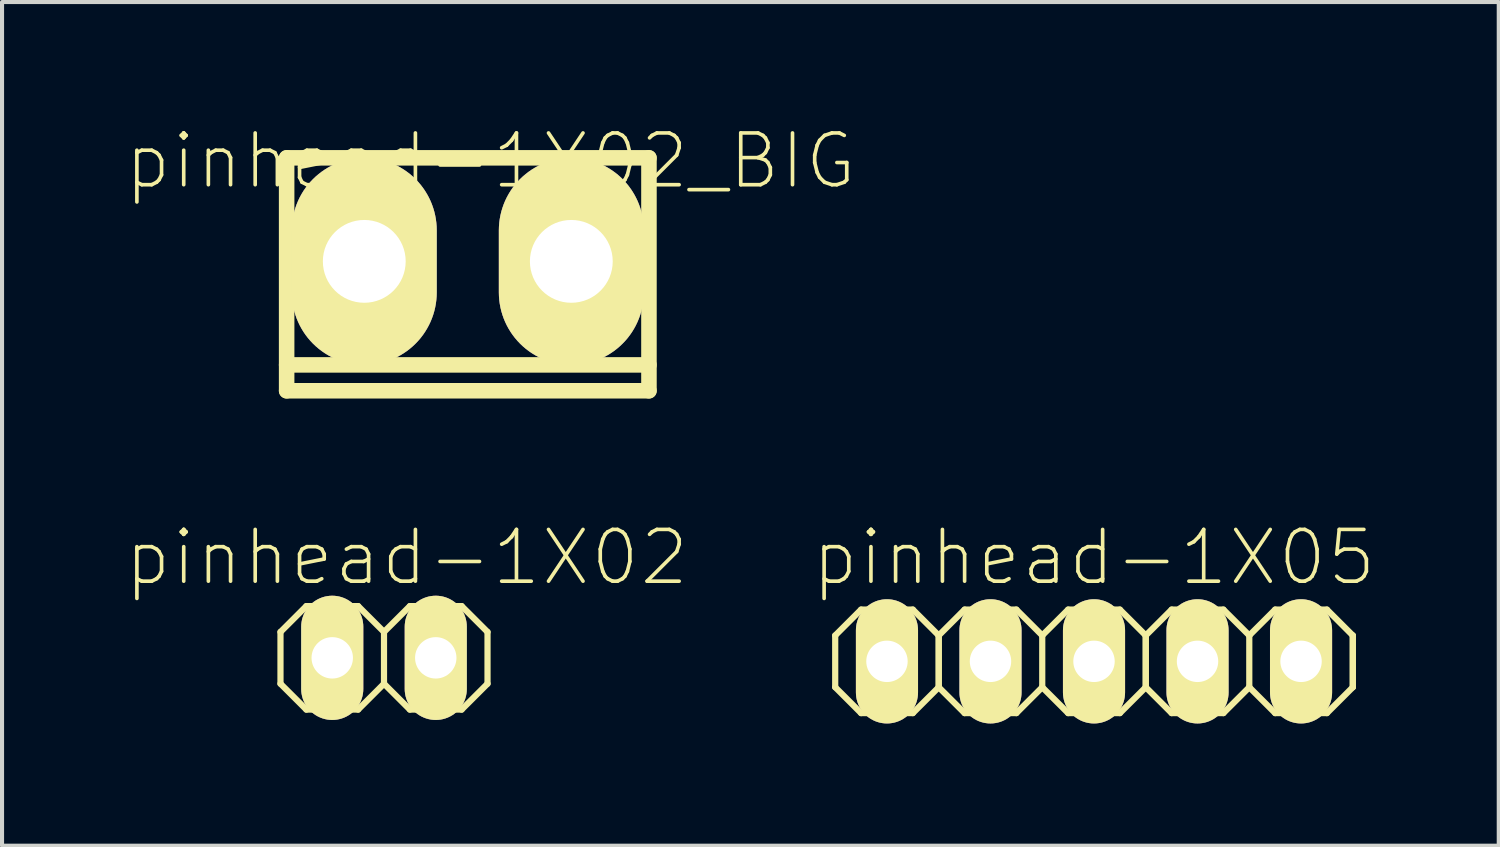
<source format=kicad_pcb>
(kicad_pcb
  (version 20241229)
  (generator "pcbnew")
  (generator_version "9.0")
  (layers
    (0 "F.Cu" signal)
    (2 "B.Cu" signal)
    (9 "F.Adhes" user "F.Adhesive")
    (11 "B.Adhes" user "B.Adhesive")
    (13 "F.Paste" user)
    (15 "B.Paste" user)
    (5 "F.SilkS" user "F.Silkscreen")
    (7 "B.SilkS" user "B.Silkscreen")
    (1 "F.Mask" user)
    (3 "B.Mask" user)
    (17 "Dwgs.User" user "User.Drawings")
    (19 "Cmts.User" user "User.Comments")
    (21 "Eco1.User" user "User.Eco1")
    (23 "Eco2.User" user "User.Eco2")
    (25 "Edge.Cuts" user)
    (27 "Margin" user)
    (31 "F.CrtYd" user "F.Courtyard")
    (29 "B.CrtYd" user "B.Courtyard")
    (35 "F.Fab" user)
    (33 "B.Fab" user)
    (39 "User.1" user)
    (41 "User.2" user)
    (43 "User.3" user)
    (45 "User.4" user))
  (footprint "pinhead-1X05"
    (layer "F.Cu")
    (at 23.793 13.167)
    (property "Reference" "pinhead-1X05" (at 0 -2.54 0) (layer "F.SilkS") (effects (font (size 1.27 1.27) (thickness 0.089))))
    (attr exclude_from_pos_files exclude_from_bom)
    (fp_line (start -6.35 -0.625) (end -6.35 0.645) (stroke (width 0.152) (type solid)) (layer "F.SilkS"))
    (fp_line (start -6.35 -0.625) (end -5.715 -1.26) (stroke (width 0.152) (type solid)) (layer "F.SilkS"))
    (fp_line (start -5.715 -1.26) (end -4.445 -1.26) (stroke (width 0.152) (type solid)) (layer "F.SilkS"))
    (fp_line (start -5.715 1.28) (end -6.35 0.645) (stroke (width 0.152) (type solid)) (layer "F.SilkS"))
    (fp_line (start -5.334 -0.244) (end -4.826 -0.244) (stroke (width 0.066) (type solid)) (layer "F.SilkS"))
    (fp_line (start -5.334 0.264) (end -5.334 -0.244) (stroke (width 0.066) (type solid)) (layer "F.SilkS"))
    (fp_line (start -5.334 0.264) (end -4.826 0.264) (stroke (width 0.066) (type solid)) (layer "F.SilkS"))
    (fp_line (start -4.826 0.264) (end -4.826 -0.244) (stroke (width 0.066) (type solid)) (layer "F.SilkS"))
    (fp_line (start -4.445 -1.26) (end -3.81 -0.625) (stroke (width 0.152) (type solid)) (layer "F.SilkS"))
    (fp_line (start -4.445 1.28) (end -5.715 1.28) (stroke (width 0.152) (type solid)) (layer "F.SilkS"))
    (fp_line (start -3.81 -0.625) (end -3.81 0.645) (stroke (width 0.152) (type solid)) (layer "F.SilkS"))
    (fp_line (start -3.81 -0.625) (end -3.81 0.645) (stroke (width 0.152) (type solid)) (layer "F.SilkS"))
    (fp_line (start -3.81 0.645) (end -4.445 1.28) (stroke (width 0.152) (type solid)) (layer "F.SilkS"))
    (fp_line (start -3.81 0.645) (end -3.175 1.28) (stroke (width 0.152) (type solid)) (layer "F.SilkS"))
    (fp_line (start -3.175 -1.26) (end -3.81 -0.625) (stroke (width 0.152) (type solid)) (layer "F.SilkS"))
    (fp_line (start -3.175 -1.26) (end -1.905 -1.26) (stroke (width 0.152) (type solid)) (layer "F.SilkS"))
    (fp_line (start -2.794 -0.244) (end -2.286 -0.244) (stroke (width 0.066) (type solid)) (layer "F.SilkS"))
    (fp_line (start -2.794 0.264) (end -2.794 -0.244) (stroke (width 0.066) (type solid)) (layer "F.SilkS"))
    (fp_line (start -2.794 0.264) (end -2.286 0.264) (stroke (width 0.066) (type solid)) (layer "F.SilkS"))
    (fp_line (start -2.286 0.264) (end -2.286 -0.244) (stroke (width 0.066) (type solid)) (layer "F.SilkS"))
    (fp_line (start -1.905 -1.26) (end -1.27 -0.625) (stroke (width 0.152) (type solid)) (layer "F.SilkS"))
    (fp_line (start -1.905 1.28) (end -3.175 1.28) (stroke (width 0.152) (type solid)) (layer "F.SilkS"))
    (fp_line (start -1.27 -0.625) (end -1.27 0.645) (stroke (width 0.152) (type solid)) (layer "F.SilkS"))
    (fp_line (start -1.27 -0.625) (end -0.635 -1.26) (stroke (width 0.152) (type solid)) (layer "F.SilkS"))
    (fp_line (start -1.27 0.645) (end -1.905 1.28) (stroke (width 0.152) (type solid)) (layer "F.SilkS"))
    (fp_line (start -0.635 -1.26) (end 0.635 -1.26) (stroke (width 0.152) (type solid)) (layer "F.SilkS"))
    (fp_line (start -0.635 1.28) (end -1.27 0.645) (stroke (width 0.152) (type solid)) (layer "F.SilkS"))
    (fp_line (start -0.254 -0.244) (end 0.254 -0.244) (stroke (width 0.066) (type solid)) (layer "F.SilkS"))
    (fp_line (start -0.254 0.264) (end -0.254 -0.244) (stroke (width 0.066) (type solid)) (layer "F.SilkS"))
    (fp_line (start -0.254 0.264) (end 0.254 0.264) (stroke (width 0.066) (type solid)) (layer "F.SilkS"))
    (fp_line (start 0.254 0.264) (end 0.254 -0.244) (stroke (width 0.066) (type solid)) (layer "F.SilkS"))
    (fp_line (start 0.635 -1.26) (end 1.27 -0.625) (stroke (width 0.152) (type solid)) (layer "F.SilkS"))
    (fp_line (start 0.635 1.28) (end -0.635 1.28) (stroke (width 0.152) (type solid)) (layer "F.SilkS"))
    (fp_line (start 1.27 -0.625) (end 1.27 0.645) (stroke (width 0.152) (type solid)) (layer "F.SilkS"))
    (fp_line (start 1.27 -0.625) (end 1.27 0.645) (stroke (width 0.152) (type solid)) (layer "F.SilkS"))
    (fp_line (start 1.27 0.645) (end 0.635 1.28) (stroke (width 0.152) (type solid)) (layer "F.SilkS"))
    (fp_line (start 1.27 0.645) (end 1.905 1.28) (stroke (width 0.152) (type solid)) (layer "F.SilkS"))
    (fp_line (start 1.905 -1.26) (end 1.27 -0.625) (stroke (width 0.152) (type solid)) (layer "F.SilkS"))
    (fp_line (start 1.905 -1.26) (end 3.175 -1.26) (stroke (width 0.152) (type solid)) (layer "F.SilkS"))
    (fp_line (start 2.286 -0.244) (end 2.794 -0.244) (stroke (width 0.066) (type solid)) (layer "F.SilkS"))
    (fp_line (start 2.286 0.264) (end 2.286 -0.244) (stroke (width 0.066) (type solid)) (layer "F.SilkS"))
    (fp_line (start 2.286 0.264) (end 2.794 0.264) (stroke (width 0.066) (type solid)) (layer "F.SilkS"))
    (fp_line (start 2.794 0.264) (end 2.794 -0.244) (stroke (width 0.066) (type solid)) (layer "F.SilkS"))
    (fp_line (start 3.175 -1.26) (end 3.81 -0.625) (stroke (width 0.152) (type solid)) (layer "F.SilkS"))
    (fp_line (start 3.175 1.28) (end 1.905 1.28) (stroke (width 0.152) (type solid)) (layer "F.SilkS"))
    (fp_line (start 3.81 -0.625) (end 3.81 0.645) (stroke (width 0.152) (type solid)) (layer "F.SilkS"))
    (fp_line (start 3.81 -0.625) (end 4.445 -1.26) (stroke (width 0.152) (type solid)) (layer "F.SilkS"))
    (fp_line (start 3.81 0.645) (end 3.175 1.28) (stroke (width 0.152) (type solid)) (layer "F.SilkS"))
    (fp_line (start 4.445 -1.26) (end 5.715 -1.26) (stroke (width 0.152) (type solid)) (layer "F.SilkS"))
    (fp_line (start 4.445 1.28) (end 3.81 0.645) (stroke (width 0.152) (type solid)) (layer "F.SilkS"))
    (fp_line (start 4.826 -0.244) (end 5.334 -0.244) (stroke (width 0.066) (type solid)) (layer "F.SilkS"))
    (fp_line (start 4.826 0.264) (end 4.826 -0.244) (stroke (width 0.066) (type solid)) (layer "F.SilkS"))
    (fp_line (start 4.826 0.264) (end 5.334 0.264) (stroke (width 0.066) (type solid)) (layer "F.SilkS"))
    (fp_line (start 5.334 0.264) (end 5.334 -0.244) (stroke (width 0.066) (type solid)) (layer "F.SilkS"))
    (fp_line (start 5.715 -1.26) (end 6.35 -0.625) (stroke (width 0.152) (type solid)) (layer "F.SilkS"))
    (fp_line (start 5.715 1.28) (end 4.445 1.28) (stroke (width 0.152) (type solid)) (layer "F.SilkS"))
    (fp_line (start 6.35 -0.625) (end 6.35 0.645) (stroke (width 0.152) (type solid)) (layer "F.SilkS"))
    (fp_line (start 6.35 -0.625) (end 6.35 0.645) (stroke (width 0.152) (type solid)) (layer "F.SilkS"))
    (fp_line (start 6.35 0.645) (end 5.715 1.28) (stroke (width 0.152) (type solid)) (layer "F.SilkS"))
    (pad "1" thru_hole oval (at -5.08 0.01) (size 1.524 3.048) (drill 1.016) (layers "*.Cu" "*.Mask" "F.SilkS"))
    (pad "2" thru_hole oval (at -2.54 0.01) (size 1.524 3.048) (drill 1.016) (layers "*.Cu" "*.Mask" "F.SilkS"))
    (pad "3" thru_hole oval (at 0 0.01) (size 1.524 3.048) (drill 1.016) (layers "*.Cu" "*.Mask" "F.SilkS"))
    (pad "4" thru_hole oval (at 2.54 0.01) (size 1.524 3.048) (drill 1.016) (layers "*.Cu" "*.Mask" "F.SilkS"))
    (pad "5" thru_hole oval (at 5.08 0.01) (size 1.524 3.048) (drill 1.016) (layers "*.Cu" "*.Mask" "F.SilkS")))
  (footprint "pinhead-1X02_BIG"
    (layer "F.Cu")
    (at 8.428 3.363)
    (property "Reference" "pinhead-1X02_BIG" (at 0.559 -2.464 0) (layer "F.SilkS") (effects (font (size 1.27 1.27) (thickness 0.089))))
    (attr exclude_from_pos_files exclude_from_bom)
    (fp_line (start -4.445 -2.54) (end 4.445 -2.54) (stroke (width 0.381) (type solid)) (layer "F.SilkS"))
    (fp_line (start -4.445 2.54) (end 4.445 2.54) (stroke (width 0.381) (type solid)) (layer "F.SilkS"))
    (fp_line (start -4.445 3.175) (end -4.445 -2.54) (stroke (width 0.381) (type solid)) (layer "F.SilkS"))
    (fp_line (start 4.445 -2.54) (end 4.445 3.175) (stroke (width 0.381) (type solid)) (layer "F.SilkS"))
    (fp_line (start 4.445 3.175) (end -4.445 3.175) (stroke (width 0.381) (type solid)) (layer "F.SilkS"))
    (pad "1" thru_hole oval (at -2.54 0) (size 3.556 5.08) (drill 2.032) (layers "*.Cu" "*.Mask" "F.SilkS"))
    (pad "2" thru_hole oval (at 2.54 0) (size 3.556 5.08) (drill 2.032) (layers "*.Cu" "*.Mask" "F.SilkS")))
  (footprint "pinhead-1X02"
    (layer "F.Cu")
    (at 6.372 13.091)
    (property "Reference" "pinhead-1X02" (at 0.559 -2.464 0) (layer "F.SilkS") (effects (font (size 1.27 1.27) (thickness 0.089))))
    (attr exclude_from_pos_files exclude_from_bom)
    (fp_line (start -2.54 -0.635) (end -2.54 0.635) (stroke (width 0.152) (type solid)) (layer "F.SilkS"))
    (fp_line (start -2.54 0.635) (end -1.905 1.27) (stroke (width 0.152) (type solid)) (layer "F.SilkS"))
    (fp_line (start -1.905 -1.27) (end -2.54 -0.635) (stroke (width 0.152) (type solid)) (layer "F.SilkS"))
    (fp_line (start -1.905 -1.27) (end -0.635 -1.27) (stroke (width 0.152) (type solid)) (layer "F.SilkS"))
    (fp_line (start -1.524 -0.254) (end -1.016 -0.254) (stroke (width 0.066) (type solid)) (layer "F.SilkS"))
    (fp_line (start -1.524 0.254) (end -1.524 -0.254) (stroke (width 0.066) (type solid)) (layer "F.SilkS"))
    (fp_line (start -1.524 0.254) (end -1.016 0.254) (stroke (width 0.066) (type solid)) (layer "F.SilkS"))
    (fp_line (start -1.016 0.254) (end -1.016 -0.254) (stroke (width 0.066) (type solid)) (layer "F.SilkS"))
    (fp_line (start -0.635 -1.27) (end 0 -0.635) (stroke (width 0.152) (type solid)) (layer "F.SilkS"))
    (fp_line (start -0.635 1.27) (end -1.905 1.27) (stroke (width 0.152) (type solid)) (layer "F.SilkS"))
    (fp_line (start 0 -0.635) (end 0 0.635) (stroke (width 0.152) (type solid)) (layer "F.SilkS"))
    (fp_line (start 0 -0.635) (end 0.635 -1.27) (stroke (width 0.152) (type solid)) (layer "F.SilkS"))
    (fp_line (start 0 0.635) (end -0.635 1.27) (stroke (width 0.152) (type solid)) (layer "F.SilkS"))
    (fp_line (start 0.635 -1.27) (end 1.905 -1.27) (stroke (width 0.152) (type solid)) (layer "F.SilkS"))
    (fp_line (start 0.635 1.27) (end 0 0.635) (stroke (width 0.152) (type solid)) (layer "F.SilkS"))
    (fp_line (start 1.016 -0.254) (end 1.524 -0.254) (stroke (width 0.066) (type solid)) (layer "F.SilkS"))
    (fp_line (start 1.016 0.254) (end 1.016 -0.254) (stroke (width 0.066) (type solid)) (layer "F.SilkS"))
    (fp_line (start 1.016 0.254) (end 1.524 0.254) (stroke (width 0.066) (type solid)) (layer "F.SilkS"))
    (fp_line (start 1.524 0.254) (end 1.524 -0.254) (stroke (width 0.066) (type solid)) (layer "F.SilkS"))
    (fp_line (start 1.905 -1.27) (end 2.54 -0.635) (stroke (width 0.152) (type solid)) (layer "F.SilkS"))
    (fp_line (start 1.905 1.27) (end 0.635 1.27) (stroke (width 0.152) (type solid)) (layer "F.SilkS"))
    (fp_line (start 2.54 -0.635) (end 2.54 0.635) (stroke (width 0.152) (type solid)) (layer "F.SilkS"))
    (fp_line (start 2.54 0.635) (end 1.905 1.27) (stroke (width 0.152) (type solid)) (layer "F.SilkS"))
    (pad "1" thru_hole oval (at -1.27 0) (size 1.524 3.048) (drill 1.016) (layers "*.Cu" "*.Mask" "F.SilkS"))
    (pad "2" thru_hole oval (at 1.27 0) (size 1.524 3.048) (drill 1.016) (layers "*.Cu" "*.Mask" "F.SilkS")))
  (gr_rect
    (start -3 -3)
    (end 33.724 17.701)
    (stroke (width 0.1) (type default))
    (fill no)
    (layer "Edge.Cuts")))
</source>
